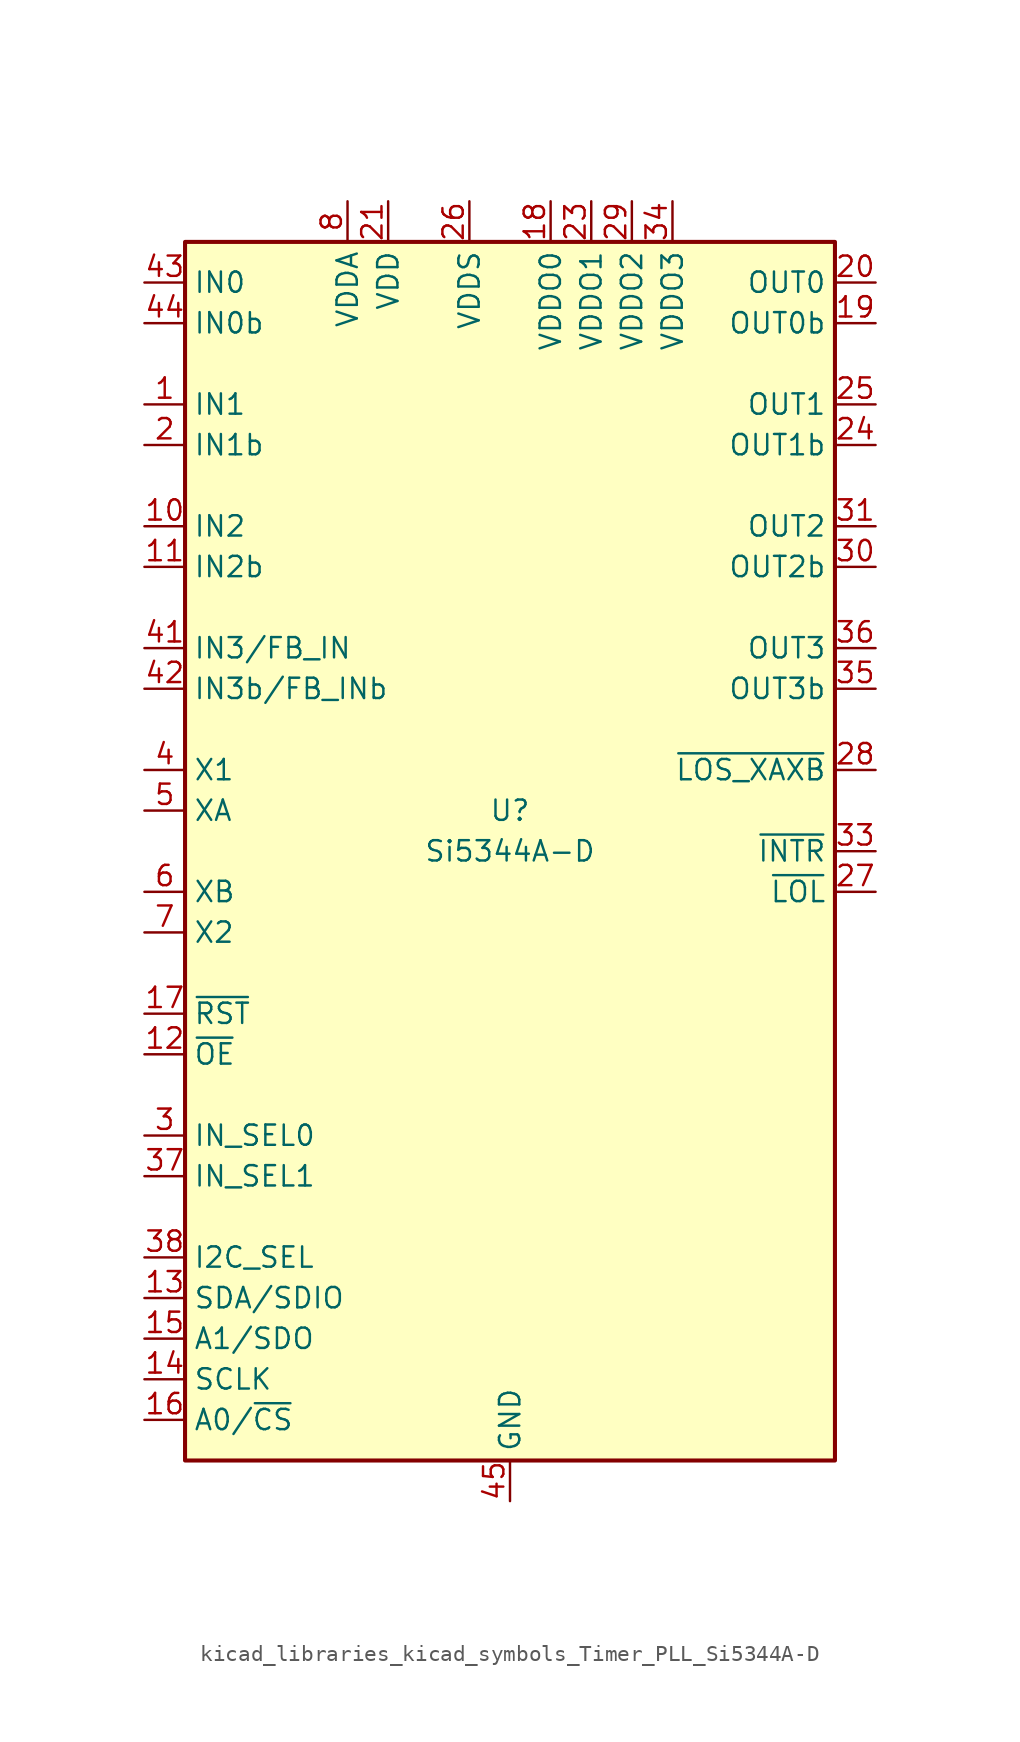
<source format=kicad_sym>
(kicad_symbol_lib
  (version 20220914)
  (generator kicad_symbol_editor)
  (symbol "kicad_libraries_kicad_symbols_Timer_PLL_Si5344A-D"
    (property "Reference" "U"
      (at 0 2.54 0)
      (effects (font (size 1.27 1.27))))
    (property "Value" "Si5344A-D"
      (at 0 0 0)
      (effects (font (size 1.27 1.27))))
    (symbol "kicad_libraries_kicad_symbols_Timer_PLL_Si5344A-D_0_1"
      (rectangle (start -20.32 38.1) (end 20.32 -38.1) (stroke (width 0.254) (type default)) (fill (type background))))
    (symbol "kicad_libraries_kicad_symbols_Timer_PLL_Si5344A-D_1_1"
      (pin input line (at -22.86 27.94 0) (length 2.54) (name "IN1" (effects (font (size 1.27 1.27)))) (number "1" (effects (font (size 1.27 1.27)))))
      (pin input line (at -22.86 20.32 0) (length 2.54) (name "IN2" (effects (font (size 1.27 1.27)))) (number "10" (effects (font (size 1.27 1.27)))))
      (pin input line (at -22.86 17.78 0) (length 2.54) (name "IN2b" (effects (font (size 1.27 1.27)))) (number "11" (effects (font (size 1.27 1.27)))))
      (pin input line (at -22.86 -12.7 0) (length 2.54) (name "~{OE}" (effects (font (size 1.27 1.27)))) (number "12" (effects (font (size 1.27 1.27)))))
      (pin bidirectional line (at -22.86 -27.94 0) (length 2.54) (name "SDA/SDIO" (effects (font (size 1.27 1.27)))) (number "13" (effects (font (size 1.27 1.27)))))
      (pin input line (at -22.86 -33.02 0) (length 2.54) (name "SCLK" (effects (font (size 1.27 1.27)))) (number "14" (effects (font (size 1.27 1.27)))))
      (pin bidirectional line (at -22.86 -30.48 0) (length 2.54) (name "A1/SDO" (effects (font (size 1.27 1.27)))) (number "15" (effects (font (size 1.27 1.27)))))
      (pin input line (at -22.86 -35.56 0) (length 2.54) (name "A0/~{CS}" (effects (font (size 1.27 1.27)))) (number "16" (effects (font (size 1.27 1.27)))))
      (pin input line (at -22.86 -10.16 0) (length 2.54) (name "~{RST}" (effects (font (size 1.27 1.27)))) (number "17" (effects (font (size 1.27 1.27)))))
      (pin power_in line (at 2.54 40.64 270) (length 2.54) (name "VDDO0" (effects (font (size 1.27 1.27)))) (number "18" (effects (font (size 1.27 1.27)))))
      (pin output line (at 22.86 33.02 180) (length 2.54) (name "OUT0b" (effects (font (size 1.27 1.27)))) (number "19" (effects (font (size 1.27 1.27)))))
      (pin input line (at -22.86 25.4 0) (length 2.54) (name "IN1b" (effects (font (size 1.27 1.27)))) (number "2" (effects (font (size 1.27 1.27)))))
      (pin output line (at 22.86 35.56 180) (length 2.54) (name "OUT0" (effects (font (size 1.27 1.27)))) (number "20" (effects (font (size 1.27 1.27)))))
      (pin power_in line (at -7.62 40.64 270) (length 2.54) (name "VDD" (effects (font (size 1.27 1.27)))) (number "21" (effects (font (size 1.27 1.27)))))
      (pin no_connect line (at 20.32 -35.56 180) (length 2.54) hide (name "NC" (effects (font (size 1.27 1.27)))) (number "22" (effects (font (size 1.27 1.27)))))
      (pin power_in line (at 5.08 40.64 270) (length 2.54) (name "VDDO1" (effects (font (size 1.27 1.27)))) (number "23" (effects (font (size 1.27 1.27)))))
      (pin output line (at 22.86 25.4 180) (length 2.54) (name "OUT1b" (effects (font (size 1.27 1.27)))) (number "24" (effects (font (size 1.27 1.27)))))
      (pin output line (at 22.86 27.94 180) (length 2.54) (name "OUT1" (effects (font (size 1.27 1.27)))) (number "25" (effects (font (size 1.27 1.27)))))
      (pin power_in line (at -2.54 40.64 270) (length 2.54) (name "VDDS" (effects (font (size 1.27 1.27)))) (number "26" (effects (font (size 1.27 1.27)))))
      (pin output line (at 22.86 -2.54 180) (length 2.54) (name "~{LOL}" (effects (font (size 1.27 1.27)))) (number "27" (effects (font (size 1.27 1.27)))))
      (pin output line (at 22.86 5.08 180) (length 2.54) (name "~{LOS_XAXB}" (effects (font (size 1.27 1.27)))) (number "28" (effects (font (size 1.27 1.27)))))
      (pin power_in line (at 7.62 40.64 270) (length 2.54) (name "VDDO2" (effects (font (size 1.27 1.27)))) (number "29" (effects (font (size 1.27 1.27)))))
      (pin input line (at -22.86 -17.78 0) (length 2.54) (name "IN_SEL0" (effects (font (size 1.27 1.27)))) (number "3" (effects (font (size 1.27 1.27)))))
      (pin output line (at 22.86 17.78 180) (length 2.54) (name "OUT2b" (effects (font (size 1.27 1.27)))) (number "30" (effects (font (size 1.27 1.27)))))
      (pin output line (at 22.86 20.32 180) (length 2.54) (name "OUT2" (effects (font (size 1.27 1.27)))) (number "31" (effects (font (size 1.27 1.27)))))
      (pin passive line (at -7.62 40.64 270) (length 2.54) hide (name "VDD" (effects (font (size 1.27 1.27)))) (number "32" (effects (font (size 1.27 1.27)))))
      (pin output line (at 22.86 0 180) (length 2.54) (name "~{INTR}" (effects (font (size 1.27 1.27)))) (number "33" (effects (font (size 1.27 1.27)))))
      (pin power_in line (at 10.16 40.64 270) (length 2.54) (name "VDDO3" (effects (font (size 1.27 1.27)))) (number "34" (effects (font (size 1.27 1.27)))))
      (pin output line (at 22.86 10.16 180) (length 2.54) (name "OUT3b" (effects (font (size 1.27 1.27)))) (number "35" (effects (font (size 1.27 1.27)))))
      (pin output line (at 22.86 12.7 180) (length 2.54) (name "OUT3" (effects (font (size 1.27 1.27)))) (number "36" (effects (font (size 1.27 1.27)))))
      (pin input line (at -22.86 -20.32 0) (length 2.54) (name "IN_SEL1" (effects (font (size 1.27 1.27)))) (number "37" (effects (font (size 1.27 1.27)))))
      (pin input line (at -22.86 -25.4 0) (length 2.54) (name "I2C_SEL" (effects (font (size 1.27 1.27)))) (number "38" (effects (font (size 1.27 1.27)))))
      (pin passive line (at -7.62 40.64 270) (length 2.54) hide (name "VDD" (effects (font (size 1.27 1.27)))) (number "39" (effects (font (size 1.27 1.27)))))
      (pin input line (at -22.86 5.08 0) (length 2.54) (name "X1" (effects (font (size 1.27 1.27)))) (number "4" (effects (font (size 1.27 1.27)))))
      (pin passive line (at -7.62 40.64 270) (length 2.54) hide (name "VDD" (effects (font (size 1.27 1.27)))) (number "40" (effects (font (size 1.27 1.27)))))
      (pin input line (at -22.86 12.7 0) (length 2.54) (name "IN3/FB_IN" (effects (font (size 1.27 1.27)))) (number "41" (effects (font (size 1.27 1.27)))))
      (pin input line (at -22.86 10.16 0) (length 2.54) (name "IN3b/FB_INb" (effects (font (size 1.27 1.27)))) (number "42" (effects (font (size 1.27 1.27)))))
      (pin input line (at -22.86 35.56 0) (length 2.54) (name "IN0" (effects (font (size 1.27 1.27)))) (number "43" (effects (font (size 1.27 1.27)))))
      (pin input line (at -22.86 33.02 0) (length 2.54) (name "IN0b" (effects (font (size 1.27 1.27)))) (number "44" (effects (font (size 1.27 1.27)))))
      (pin power_in line (at 0 -40.64 90) (length 2.54) (name "GND" (effects (font (size 1.27 1.27)))) (number "45" (effects (font (size 1.27 1.27)))))
      (pin input line (at -22.86 2.54 0) (length 2.54) (name "XA" (effects (font (size 1.27 1.27)))) (number "5" (effects (font (size 1.27 1.27)))))
      (pin input line (at -22.86 -2.54 0) (length 2.54) (name "XB" (effects (font (size 1.27 1.27)))) (number "6" (effects (font (size 1.27 1.27)))))
      (pin input line (at -22.86 -5.08 0) (length 2.54) (name "X2" (effects (font (size 1.27 1.27)))) (number "7" (effects (font (size 1.27 1.27)))))
      (pin power_in line (at -10.16 40.64 270) (length 2.54) (name "VDDA" (effects (font (size 1.27 1.27)))) (number "8" (effects (font (size 1.27 1.27)))))
      (pin passive line (at -10.16 40.64 270) (length 2.54) hide (name "VDDA" (effects (font (size 1.27 1.27)))) (number "9" (effects (font (size 1.27 1.27))))))))
</source>
